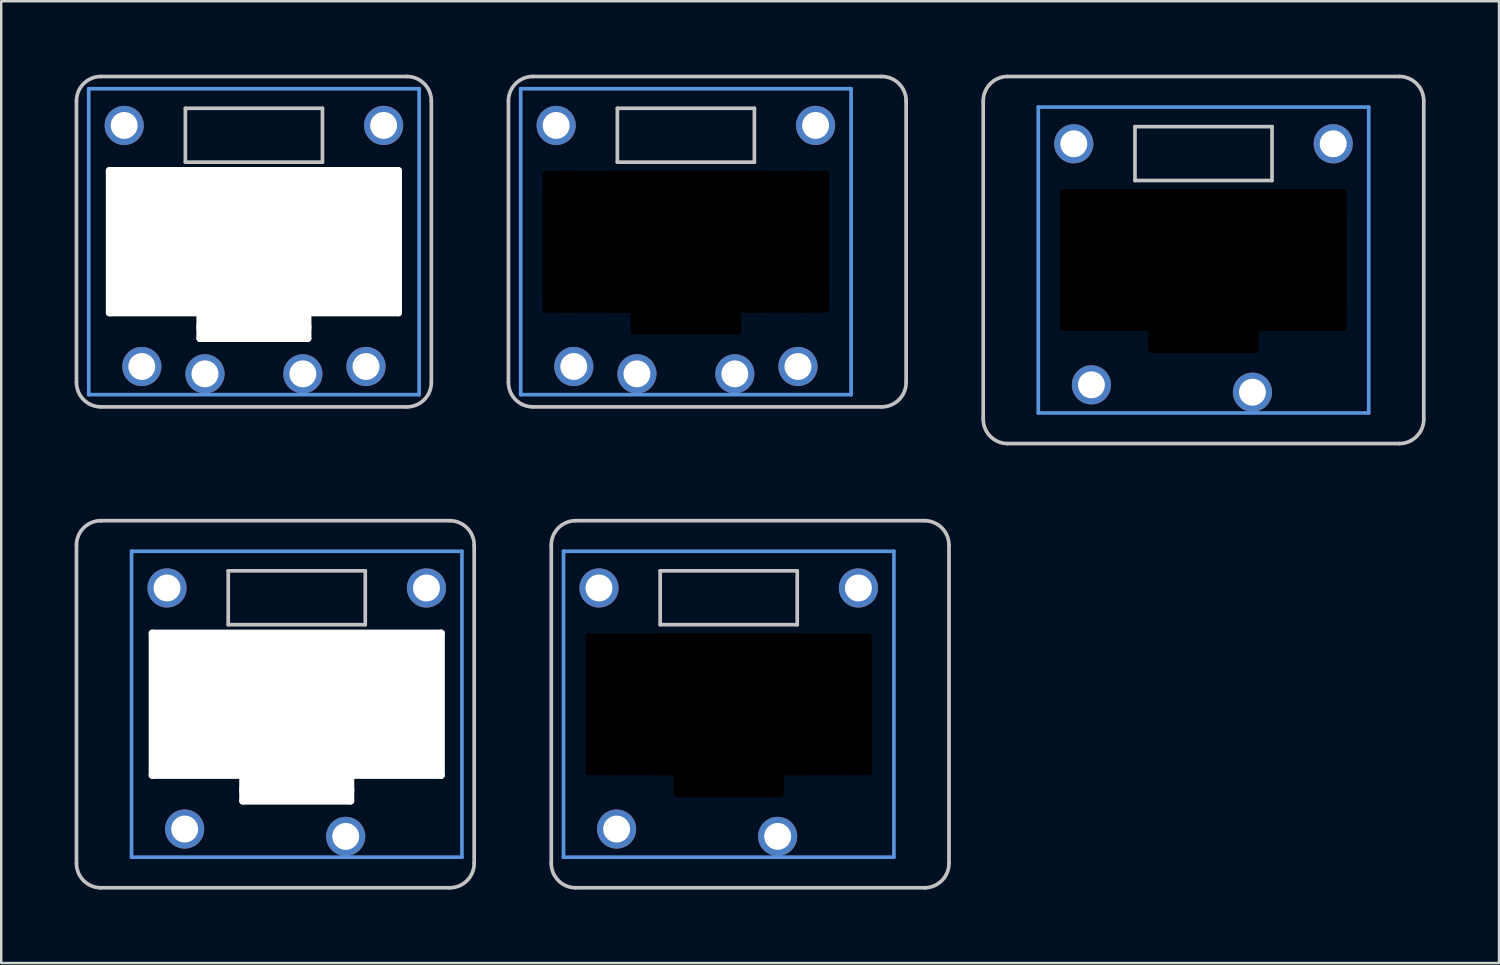
<source format=kicad_pcb>
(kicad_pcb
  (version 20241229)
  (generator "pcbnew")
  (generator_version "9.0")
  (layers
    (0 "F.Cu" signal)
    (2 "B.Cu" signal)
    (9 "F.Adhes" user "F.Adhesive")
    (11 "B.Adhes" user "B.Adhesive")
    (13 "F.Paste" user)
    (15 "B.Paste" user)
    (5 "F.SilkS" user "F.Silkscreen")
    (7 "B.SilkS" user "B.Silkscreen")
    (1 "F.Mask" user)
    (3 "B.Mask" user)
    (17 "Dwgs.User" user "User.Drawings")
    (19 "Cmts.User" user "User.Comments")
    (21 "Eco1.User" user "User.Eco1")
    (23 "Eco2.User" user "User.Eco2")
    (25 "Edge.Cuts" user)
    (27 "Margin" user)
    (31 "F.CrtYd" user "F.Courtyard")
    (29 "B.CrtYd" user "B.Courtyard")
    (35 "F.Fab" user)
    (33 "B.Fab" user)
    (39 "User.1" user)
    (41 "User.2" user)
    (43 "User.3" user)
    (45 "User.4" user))
  (footprint "pg1232-SL"
    (layer "F.Cu")
    (at 9.075 25.725)
    (property "Reference" "pg1232-SL" (at 0 0 0) (layer "F.Fab") (effects (font (size 1 1) (thickness 0.15))))
    (attr through_hole)
    (fp_line (start -9 6.5) (end -9 -6.5) (stroke (width 0.15) (type solid)) (layer "Dwgs.User"))
    (fp_line (start -8 -7.5) (end 6.25 -7.5) (stroke (width 0.15) (type solid)) (layer "Dwgs.User"))
    (fp_line (start -2.8 -5.45) (end -2.8 -3.25) (stroke (width 0.15) (type solid)) (layer "Dwgs.User"))
    (fp_line (start -2.8 -3.25) (end 2.8 -3.25) (stroke (width 0.15) (type solid)) (layer "Dwgs.User"))
    (fp_line (start 2.8 -5.45) (end -2.8 -5.45) (stroke (width 0.15) (type solid)) (layer "Dwgs.User"))
    (fp_line (start 2.8 -3.25) (end 2.8 -5.45) (stroke (width 0.15) (type solid)) (layer "Dwgs.User"))
    (fp_line (start 6.25 7.5) (end -8 7.5) (stroke (width 0.15) (type solid)) (layer "Dwgs.User"))
    (fp_line (start 7.25 -6.5) (end 7.25 6.5) (stroke (width 0.15) (type solid)) (layer "Dwgs.User"))
    (fp_arc (start -9 -6.5) (mid -8.707107 -7.207107) (end -8 -7.5) (stroke (width 0.15) (type solid)) (layer "Dwgs.User"))
    (fp_arc (start -8 7.5) (mid -8.707107 7.207107) (end -9 6.5) (stroke (width 0.15) (type solid)) (layer "Dwgs.User"))
    (fp_arc (start 6.25 -7.5) (mid 6.957107 -7.207107) (end 7.25 -6.5) (stroke (width 0.15) (type solid)) (layer "Dwgs.User"))
    (fp_arc (start 7.25 6.5) (mid 6.957107 7.207107) (end 6.25 7.5) (stroke (width 0.15) (type solid)) (layer "Dwgs.User"))
    (fp_line (start -6.75 -6.25) (end -6.75 6.25) (stroke (width 0.15) (type solid)) (layer "Cmts.User"))
    (fp_line (start -6.75 6.25) (end 6.75 6.25) (stroke (width 0.15) (type solid)) (layer "Cmts.User"))
    (fp_line (start 6.75 -6.25) (end -6.75 -6.25) (stroke (width 0.15) (type solid)) (layer "Cmts.User"))
    (fp_line (start 6.75 6.25) (end 6.75 -6.25) (stroke (width 0.15) (type solid)) (layer "Cmts.User"))
    (pad "" np_thru_hole oval (at -5.9 0 90) (size 6.1 0.3) (drill oval 6.1 0.3) (layers "*.Cu" "*.Mask"))
    (pad "" np_thru_hole oval (at -5.36 0) (size 1 5.9) (drill oval 1 5.9) (layers "*.Cu" "*.Mask"))
    (pad "" np_thru_hole oval (at -4.59 0) (size 1 5.9) (drill oval 1 5.9) (layers "*.Cu" "*.Mask"))
    (pad "" np_thru_hole oval (at -4.2 0) (size 1 5.9) (drill oval 1 5.9) (layers "*.Cu" "*.Mask"))
    (pad "" np_thru_hole oval (at -2.2 3.5 90) (size 1.2 0.3) (drill oval 1.2 0.3) (layers "*.Cu" "*.Mask"))
    (pad "" np_thru_hole oval (at 0 -2.9) (size 12.1 0.3) (drill oval 12.1 0.3) (layers "*.Cu" "*.Mask"))
    (pad "" np_thru_hole oval (at 0 0) (size 11.85 5.9) (drill oval 11.85 5.9) (layers "*.Cu" "*.Mask"))
    (pad "" np_thru_hole oval (at 0 2.9) (size 12.1 0.3) (drill oval 12.1 0.3) (layers "*.Cu" "*.Mask"))
    (pad "" np_thru_hole oval (at 0 3.5) (size 4.7 1) (drill oval 4.7 1) (layers "*.Cu" "*.Mask"))
    (pad "" np_thru_hole oval (at 0 3.95) (size 4.7 0.3) (drill oval 4.7 0.3) (layers "*.Cu" "*.Mask"))
    (pad "" np_thru_hole oval (at 2.2 3.5 90) (size 1.2 0.3) (drill oval 1.2 0.3) (layers "*.Cu" "*.Mask"))
    (pad "" np_thru_hole oval (at 4.2 0) (size 1 5.9) (drill oval 1 5.9) (layers "*.Cu" "*.Mask"))
    (pad "" np_thru_hole oval (at 4.59 0) (size 1 5.9) (drill oval 1 5.9) (layers "*.Cu" "*.Mask"))
    (pad "" np_thru_hole oval (at 5.36 0) (size 1 5.9) (drill oval 1 5.9) (layers "*.Cu" "*.Mask"))
    (pad "" np_thru_hole oval (at 5.9 0 90) (size 6.1 0.3) (drill oval 6.1 0.3) (layers "*.Cu" "*.Mask"))
    (pad "1" thru_hole circle (at 2 5.4) (size 1.6 1.6) (drill 1.1) (layers "*.Cu" "B.Mask"))
    (pad "2" thru_hole circle (at -4.58 5.1) (size 1.6 1.6) (drill 1.1) (layers "*.Cu" "B.Mask"))
    (pad "3" thru_hole circle (at 5.3 -4.75) (size 1.6 1.6) (drill 1.1) (layers "*.Cu" "B.Mask"))
    (pad "4" thru_hole circle (at -5.3 -4.75) (size 1.6 1.6) (drill 1.1) (layers "*.Cu" "B.Mask")))
  (footprint "pg1232-RSSN"
    (layer "F.Cu")
    (at 7.325 6.825)
    (property "Reference" "pg1232-RSSN" (at 0 0 0) (layer "F.Fab") (effects (font (size 1 1) (thickness 0.15))))
    (attr through_hole)
    (fp_line (start -7.25 5.75) (end -7.25 -5.75) (stroke (width 0.15) (type solid)) (layer "Dwgs.User"))
    (fp_line (start -6.25 -6.75) (end 6.25 -6.75) (stroke (width 0.15) (type solid)) (layer "Dwgs.User"))
    (fp_line (start -2.8 -5.45) (end -2.8 -3.25) (stroke (width 0.15) (type solid)) (layer "Dwgs.User"))
    (fp_line (start -2.8 -3.25) (end 2.8 -3.25) (stroke (width 0.15) (type solid)) (layer "Dwgs.User"))
    (fp_line (start 2.8 -5.45) (end -2.8 -5.45) (stroke (width 0.15) (type solid)) (layer "Dwgs.User"))
    (fp_line (start 2.8 -3.25) (end 2.8 -5.45) (stroke (width 0.15) (type solid)) (layer "Dwgs.User"))
    (fp_line (start 6.25 6.75) (end -6.25 6.75) (stroke (width 0.15) (type solid)) (layer "Dwgs.User"))
    (fp_line (start 7.25 -5.75) (end 7.25 5.75) (stroke (width 0.15) (type solid)) (layer "Dwgs.User"))
    (fp_arc (start -7.25 -5.75) (mid -6.957107 -6.457107) (end -6.25 -6.75) (stroke (width 0.15) (type solid)) (layer "Dwgs.User"))
    (fp_arc (start -6.25 6.75) (mid -6.957107 6.457107) (end -7.25 5.75) (stroke (width 0.15) (type solid)) (layer "Dwgs.User"))
    (fp_arc (start 6.25 -6.75) (mid 6.957107 -6.457107) (end 7.25 -5.75) (stroke (width 0.15) (type solid)) (layer "Dwgs.User"))
    (fp_arc (start 7.25 5.75) (mid 6.957107 6.457107) (end 6.25 6.75) (stroke (width 0.15) (type solid)) (layer "Dwgs.User"))
    (fp_line (start -6.75 -6.25) (end -6.75 6.25) (stroke (width 0.15) (type solid)) (layer "Cmts.User"))
    (fp_line (start -6.75 6.25) (end 6.75 6.25) (stroke (width 0.15) (type solid)) (layer "Cmts.User"))
    (fp_line (start 6.75 -6.25) (end -6.75 -6.25) (stroke (width 0.15) (type solid)) (layer "Cmts.User"))
    (fp_line (start 6.75 6.25) (end 6.75 -6.25) (stroke (width 0.15) (type solid)) (layer "Cmts.User"))
    (pad "" np_thru_hole oval (at -5.9 0 90) (size 6.1 0.3) (drill oval 6.1 0.3) (layers "*.Cu" "*.Mask"))
    (pad "" np_thru_hole oval (at -5.36 0) (size 1 5.9) (drill oval 1 5.9) (layers "*.Cu" "*.Mask"))
    (pad "" np_thru_hole oval (at -4.59 0) (size 1 5.9) (drill oval 1 5.9) (layers "*.Cu" "*.Mask"))
    (pad "" np_thru_hole oval (at -4.2 0) (size 1 5.9) (drill oval 1 5.9) (layers "*.Cu" "*.Mask"))
    (pad "" np_thru_hole oval (at -2.2 3.5 90) (size 1.2 0.3) (drill oval 1.2 0.3) (layers "*.Cu" "*.Mask"))
    (pad "" np_thru_hole oval (at 0 -2.9) (size 12.1 0.3) (drill oval 12.1 0.3) (layers "*.Cu" "*.Mask"))
    (pad "" np_thru_hole oval (at 0 0) (size 11.85 5.9) (drill oval 11.85 5.9) (layers "*.Cu" "*.Mask"))
    (pad "" np_thru_hole oval (at 0 2.9) (size 12.1 0.3) (drill oval 12.1 0.3) (layers "*.Cu" "*.Mask"))
    (pad "" np_thru_hole oval (at 0 3.5) (size 4.7 1) (drill oval 4.7 1) (layers "*.Cu" "*.Mask"))
    (pad "" np_thru_hole oval (at 0 3.95) (size 4.7 0.3) (drill oval 4.7 0.3) (layers "*.Cu" "*.Mask"))
    (pad "" np_thru_hole oval (at 2.2 3.5 90) (size 1.2 0.3) (drill oval 1.2 0.3) (layers "*.Cu" "*.Mask"))
    (pad "" np_thru_hole oval (at 4.2 0) (size 1 5.9) (drill oval 1 5.9) (layers "*.Cu" "*.Mask"))
    (pad "" np_thru_hole oval (at 4.59 0) (size 1 5.9) (drill oval 1 5.9) (layers "*.Cu" "*.Mask"))
    (pad "" np_thru_hole oval (at 5.36 0) (size 1 5.9) (drill oval 1 5.9) (layers "*.Cu" "*.Mask"))
    (pad "" np_thru_hole oval (at 5.9 0 90) (size 6.1 0.3) (drill oval 6.1 0.3) (layers "*.Cu" "*.Mask"))
    (pad "1" thru_hole circle (at -2 5.4) (size 1.6 1.6) (drill 1.1) (layers "*.Cu" "F.Mask"))
    (pad "1" thru_hole circle (at 2 5.4) (size 1.6 1.6) (drill 1.1) (layers "*.Cu" "B.Mask"))
    (pad "2" thru_hole circle (at -4.58 5.1) (size 1.6 1.6) (drill 1.1) (layers "*.Cu" "B.Mask"))
    (pad "2" thru_hole circle (at 4.58 5.1) (size 1.6 1.6) (drill 1.1) (layers "*.Cu" "F.Mask"))
    (pad "3" thru_hole circle (at 5.3 -4.75) (size 1.6 1.6) (drill 1.1) (layers "*.Cu" "*.Mask"))
    (pad "4" thru_hole circle (at -5.3 -4.75) (size 1.6 1.6) (drill 1.1) (layers "*.Cu" "*.Mask")))
  (footprint "pg1232-SR"
    (layer "F.Cu")
    (at 26.725 25.725)
    (property "Reference" "pg1232-SR" (at 0 0 0) (layer "F.Fab") (effects (font (size 1 1) (thickness 0.15))))
    (attr through_hole)
    (fp_line (start -7.25 6.5) (end -7.25 -6.5) (stroke (width 0.15) (type solid)) (layer "Dwgs.User"))
    (fp_line (start -6.25 -7.5) (end 8 -7.5) (stroke (width 0.15) (type solid)) (layer "Dwgs.User"))
    (fp_line (start -2.8 -5.45) (end -2.8 -3.25) (stroke (width 0.15) (type solid)) (layer "Dwgs.User"))
    (fp_line (start -2.8 -3.25) (end 2.8 -3.25) (stroke (width 0.15) (type solid)) (layer "Dwgs.User"))
    (fp_line (start 2.8 -5.45) (end -2.8 -5.45) (stroke (width 0.15) (type solid)) (layer "Dwgs.User"))
    (fp_line (start 2.8 -3.25) (end 2.8 -5.45) (stroke (width 0.15) (type solid)) (layer "Dwgs.User"))
    (fp_line (start 8 7.5) (end -6.25 7.5) (stroke (width 0.15) (type solid)) (layer "Dwgs.User"))
    (fp_line (start 9 -6.5) (end 9 6.5) (stroke (width 0.15) (type solid)) (layer "Dwgs.User"))
    (fp_arc (start -7.25 -6.5) (mid -6.957107 -7.207107) (end -6.25 -7.5) (stroke (width 0.15) (type solid)) (layer "Dwgs.User"))
    (fp_arc (start -6.25 7.5) (mid -6.957107 7.207107) (end -7.25 6.5) (stroke (width 0.15) (type solid)) (layer "Dwgs.User"))
    (fp_arc (start 8 -7.5) (mid 8.707107 -7.207107) (end 9 -6.5) (stroke (width 0.15) (type solid)) (layer "Dwgs.User"))
    (fp_arc (start 9 6.5) (mid 8.707107 7.207107) (end 8 7.5) (stroke (width 0.15) (type solid)) (layer "Dwgs.User"))
    (fp_line (start -6.75 -6.25) (end -6.75 6.25) (stroke (width 0.15) (type solid)) (layer "Cmts.User"))
    (fp_line (start -6.75 6.25) (end 6.75 6.25) (stroke (width 0.15) (type solid)) (layer "Cmts.User"))
    (fp_line (start 6.75 -6.25) (end -6.75 -6.25) (stroke (width 0.15) (type solid)) (layer "Cmts.User"))
    (fp_line (start 6.75 6.25) (end 6.75 -6.25) (stroke (width 0.15) (type solid)) (layer "Cmts.User"))
    (pad "" np_thru_hole oval (at -5.7 0 90) (size 5.8 0.3) (drill oval 5.8 0.3) (layers "*.Mask"))
    (pad "" np_thru_hole oval (at -4.85 0) (size 2 5.8) (drill oval 2 5.8) (layers "*.Mask"))
    (pad "" np_thru_hole oval (at -2.1 3.25 90) (size 1.1 0.3) (drill oval 1.1 0.3) (layers "*.Mask"))
    (pad "" np_thru_hole oval (at 0 -2.75) (size 11.7 0.3) (drill oval 11.7 0.3) (layers "*.Mask"))
    (pad "" np_thru_hole oval (at 0 0) (size 11.7 5.8) (drill oval 11.7 5.8) (layers "*.Mask"))
    (pad "" np_thru_hole oval (at 0 2.75) (size 11.7 0.3) (drill oval 11.7 0.3) (layers "*.Mask"))
    (pad "" np_thru_hole oval (at 0 3.3) (size 4.5 1) (drill oval 4.5 1) (layers "*.Mask"))
    (pad "" np_thru_hole oval (at 0 3.65) (size 4.5 0.3) (drill oval 4.5 0.3) (layers "*.Mask"))
    (pad "" np_thru_hole oval (at 2.1 3.25 90) (size 1.1 0.3) (drill oval 1.1 0.3) (layers "*.Mask"))
    (pad "" np_thru_hole oval (at 4.85 0) (size 2 5.8) (drill oval 2 5.8) (layers "*.Mask"))
    (pad "" np_thru_hole oval (at 5.7 0 90) (size 5.8 0.3) (drill oval 5.8 0.3) (layers "*.Mask"))
    (pad "1" thru_hole circle (at 2 5.4) (size 1.6 1.6) (drill 1.1) (layers "*.Cu" "B.Mask"))
    (pad "2" thru_hole circle (at -4.58 5.1) (size 1.6 1.6) (drill 1.1) (layers "*.Cu" "B.Mask"))
    (pad "4" thru_hole circle (at 5.3 -4.75) (size 1.6 1.6) (drill 1.1) (layers "*.Cu" "B.Mask"))
    (pad "5" thru_hole circle (at -5.3 -4.75) (size 1.6 1.6) (drill 1.1) (layers "*.Cu" "B.Mask")))
  (footprint "pg1232-S"
    (layer "F.Cu")
    (at 46.125 7.575)
    (property "Reference" "pg1232-S" (at 0 0 0) (layer "F.Fab") (effects (font (size 1 1) (thickness 0.15))))
    (attr through_hole)
    (fp_line (start -9 6.5) (end -9 -6.5) (stroke (width 0.15) (type solid)) (layer "Dwgs.User"))
    (fp_line (start -8 -7.5) (end 8 -7.5) (stroke (width 0.15) (type solid)) (layer "Dwgs.User"))
    (fp_line (start -2.8 -5.45) (end -2.8 -3.25) (stroke (width 0.15) (type solid)) (layer "Dwgs.User"))
    (fp_line (start -2.8 -3.25) (end 2.8 -3.25) (stroke (width 0.15) (type solid)) (layer "Dwgs.User"))
    (fp_line (start 2.8 -5.45) (end -2.8 -5.45) (stroke (width 0.15) (type solid)) (layer "Dwgs.User"))
    (fp_line (start 2.8 -3.25) (end 2.8 -5.45) (stroke (width 0.15) (type solid)) (layer "Dwgs.User"))
    (fp_line (start 8 7.5) (end -8 7.5) (stroke (width 0.15) (type solid)) (layer "Dwgs.User"))
    (fp_line (start 9 -6.5) (end 9 6.5) (stroke (width 0.15) (type solid)) (layer "Dwgs.User"))
    (fp_arc (start -9 -6.5) (mid -8.707107 -7.207107) (end -8 -7.5) (stroke (width 0.15) (type solid)) (layer "Dwgs.User"))
    (fp_arc (start -8 7.5) (mid -8.707107 7.207107) (end -9 6.5) (stroke (width 0.15) (type solid)) (layer "Dwgs.User"))
    (fp_arc (start 8 -7.5) (mid 8.707107 -7.207107) (end 9 -6.5) (stroke (width 0.15) (type solid)) (layer "Dwgs.User"))
    (fp_arc (start 9 6.5) (mid 8.707107 7.207107) (end 8 7.5) (stroke (width 0.15) (type solid)) (layer "Dwgs.User"))
    (fp_line (start -6.75 -6.25) (end -6.75 6.25) (stroke (width 0.15) (type solid)) (layer "Cmts.User"))
    (fp_line (start -6.75 6.25) (end 6.75 6.25) (stroke (width 0.15) (type solid)) (layer "Cmts.User"))
    (fp_line (start 6.75 -6.25) (end -6.75 -6.25) (stroke (width 0.15) (type solid)) (layer "Cmts.User"))
    (fp_line (start 6.75 6.25) (end 6.75 -6.25) (stroke (width 0.15) (type solid)) (layer "Cmts.User"))
    (pad "" np_thru_hole oval (at -5.7 0 90) (size 5.8 0.3) (drill oval 5.8 0.3) (layers "*.Mask"))
    (pad "" np_thru_hole oval (at -4.85 0) (size 2 5.8) (drill oval 2 5.8) (layers "*.Mask"))
    (pad "" np_thru_hole oval (at -2.1 3.25 90) (size 1.1 0.3) (drill oval 1.1 0.3) (layers "*.Mask"))
    (pad "" np_thru_hole oval (at 0 -2.75) (size 11.7 0.3) (drill oval 11.7 0.3) (layers "*.Mask"))
    (pad "" np_thru_hole oval (at 0 0) (size 11.7 5.8) (drill oval 11.7 5.8) (layers "*.Mask"))
    (pad "" np_thru_hole oval (at 0 2.75) (size 11.7 0.3) (drill oval 11.7 0.3) (layers "*.Mask"))
    (pad "" np_thru_hole oval (at 0 3.3) (size 4.5 1) (drill oval 4.5 1) (layers "*.Mask"))
    (pad "" np_thru_hole oval (at 0 3.65) (size 4.5 0.3) (drill oval 4.5 0.3) (layers "*.Mask"))
    (pad "" np_thru_hole oval (at 2.1 3.25 90) (size 1.1 0.3) (drill oval 1.1 0.3) (layers "*.Mask"))
    (pad "" np_thru_hole oval (at 4.85 0) (size 2 5.8) (drill oval 2 5.8) (layers "*.Mask"))
    (pad "" np_thru_hole oval (at 5.7 0 90) (size 5.8 0.3) (drill oval 5.8 0.3) (layers "*.Mask"))
    (pad "1" thru_hole circle (at 2 5.4) (size 1.6 1.6) (drill 1.1) (layers "*.Cu" "B.Mask"))
    (pad "2" thru_hole circle (at -4.58 5.1) (size 1.6 1.6) (drill 1.1) (layers "*.Cu" "B.Mask"))
    (pad "3" thru_hole circle (at 5.3 -4.75) (size 1.6 1.6) (drill 1.1) (layers "*.Cu" "B.Mask"))
    (pad "4" thru_hole circle (at -5.3 -4.75) (size 1.6 1.6) (drill 1.1) (layers "*.Cu" "B.Mask")))
  (footprint "pg1232-RSSR"
    (layer "F.Cu")
    (at 24.975 6.825)
    (property "Reference" "pg1232-RSSR" (at 0 0 0) (layer "F.Fab") (effects (font (size 1 1) (thickness 0.15))))
    (attr through_hole)
    (fp_line (start -7.25 5.75) (end -7.25 -5.75) (stroke (width 0.15) (type solid)) (layer "Dwgs.User"))
    (fp_line (start -6.25 -6.75) (end 8 -6.75) (stroke (width 0.15) (type solid)) (layer "Dwgs.User"))
    (fp_line (start -2.8 -5.45) (end -2.8 -3.25) (stroke (width 0.15) (type solid)) (layer "Dwgs.User"))
    (fp_line (start -2.8 -3.25) (end 2.8 -3.25) (stroke (width 0.15) (type solid)) (layer "Dwgs.User"))
    (fp_line (start 2.8 -5.45) (end -2.8 -5.45) (stroke (width 0.15) (type solid)) (layer "Dwgs.User"))
    (fp_line (start 2.8 -3.25) (end 2.8 -5.45) (stroke (width 0.15) (type solid)) (layer "Dwgs.User"))
    (fp_line (start 8 6.75) (end -6.25 6.75) (stroke (width 0.15) (type solid)) (layer "Dwgs.User"))
    (fp_line (start 9 -5.75) (end 9 5.75) (stroke (width 0.15) (type solid)) (layer "Dwgs.User"))
    (fp_arc (start -7.25 -5.75) (mid -6.957107 -6.457107) (end -6.25 -6.75) (stroke (width 0.15) (type solid)) (layer "Dwgs.User"))
    (fp_arc (start -6.25 6.75) (mid -6.957107 6.457107) (end -7.25 5.75) (stroke (width 0.15) (type solid)) (layer "Dwgs.User"))
    (fp_arc (start 8 -6.75) (mid 8.707107 -6.457107) (end 9 -5.75) (stroke (width 0.15) (type solid)) (layer "Dwgs.User"))
    (fp_arc (start 9 5.75) (mid 8.707107 6.457107) (end 8 6.75) (stroke (width 0.15) (type solid)) (layer "Dwgs.User"))
    (fp_line (start -6.75 -6.25) (end -6.75 6.25) (stroke (width 0.15) (type solid)) (layer "Cmts.User"))
    (fp_line (start -6.75 6.25) (end 6.75 6.25) (stroke (width 0.15) (type solid)) (layer "Cmts.User"))
    (fp_line (start 6.75 -6.25) (end -6.75 -6.25) (stroke (width 0.15) (type solid)) (layer "Cmts.User"))
    (fp_line (start 6.75 6.25) (end 6.75 -6.25) (stroke (width 0.15) (type solid)) (layer "Cmts.User"))
    (pad "" np_thru_hole oval (at -5.7 0 90) (size 5.8 0.3) (drill oval 5.8 0.3) (layers "*.Mask"))
    (pad "" np_thru_hole oval (at -4.85 0) (size 2 5.8) (drill oval 2 5.8) (layers "*.Mask"))
    (pad "" np_thru_hole oval (at -2.1 3.25 90) (size 1.1 0.3) (drill oval 1.1 0.3) (layers "*.Mask"))
    (pad "" np_thru_hole oval (at 0 -2.75) (size 11.7 0.3) (drill oval 11.7 0.3) (layers "*.Mask"))
    (pad "" np_thru_hole oval (at 0 0) (size 11.7 5.8) (drill oval 11.7 5.8) (layers "*.Mask"))
    (pad "" np_thru_hole oval (at 0 2.75) (size 11.7 0.3) (drill oval 11.7 0.3) (layers "*.Mask"))
    (pad "" np_thru_hole oval (at 0 3.3) (size 4.5 1) (drill oval 4.5 1) (layers "*.Mask"))
    (pad "" np_thru_hole oval (at 0 3.65) (size 4.5 0.3) (drill oval 4.5 0.3) (layers "*.Mask"))
    (pad "" np_thru_hole oval (at 2.1 3.25 90) (size 1.1 0.3) (drill oval 1.1 0.3) (layers "*.Mask"))
    (pad "" np_thru_hole oval (at 4.85 0) (size 2 5.8) (drill oval 2 5.8) (layers "*.Mask"))
    (pad "" np_thru_hole oval (at 5.7 0 90) (size 5.8 0.3) (drill oval 5.8 0.3) (layers "*.Mask"))
    (pad "1" thru_hole circle (at -2 5.4) (size 1.6 1.6) (drill 1.1) (layers "*.Cu" "F.Mask"))
    (pad "1" thru_hole circle (at 2 5.4) (size 1.6 1.6) (drill 1.1) (layers "*.Cu" "B.Mask"))
    (pad "2" thru_hole circle (at -4.58 5.1) (size 1.6 1.6) (drill 1.1) (layers "*.Cu" "B.Mask"))
    (pad "2" thru_hole circle (at 4.58 5.1) (size 1.6 1.6) (drill 1.1) (layers "*.Cu" "F.Mask"))
    (pad "3" thru_hole circle (at 5.3 -4.75) (size 1.6 1.6) (drill 1.1) (layers "*.Cu" "*.Mask"))
    (pad "4" thru_hole circle (at -5.3 -4.75) (size 1.6 1.6) (drill 1.1) (layers "*.Cu" "*.Mask")))
  (gr_rect
    (start -3 -3)
    (end 58.2 36.3)
    (stroke (width 0.1) (type default))
    (fill no)
    (layer "Edge.Cuts")))
</source>
